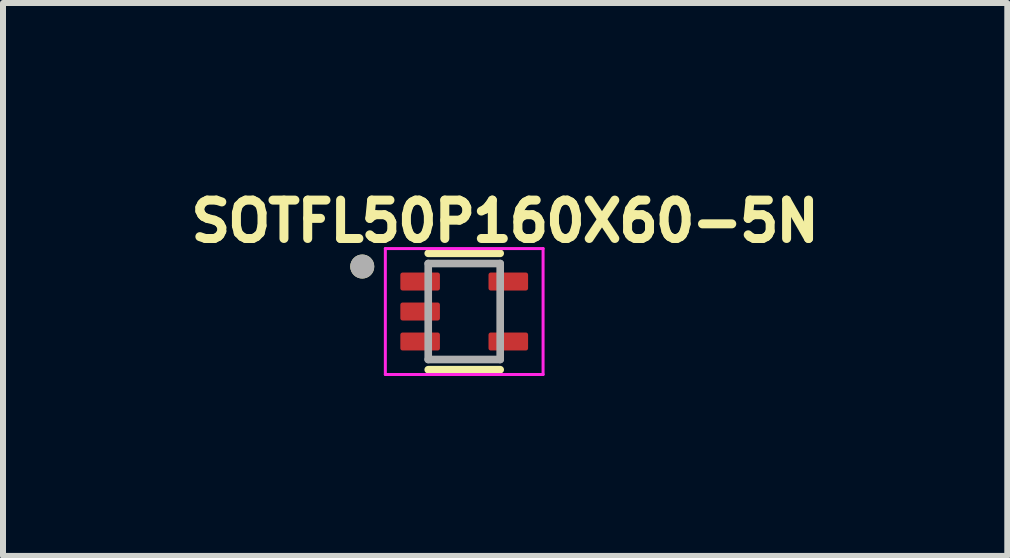
<source format=kicad_pcb>
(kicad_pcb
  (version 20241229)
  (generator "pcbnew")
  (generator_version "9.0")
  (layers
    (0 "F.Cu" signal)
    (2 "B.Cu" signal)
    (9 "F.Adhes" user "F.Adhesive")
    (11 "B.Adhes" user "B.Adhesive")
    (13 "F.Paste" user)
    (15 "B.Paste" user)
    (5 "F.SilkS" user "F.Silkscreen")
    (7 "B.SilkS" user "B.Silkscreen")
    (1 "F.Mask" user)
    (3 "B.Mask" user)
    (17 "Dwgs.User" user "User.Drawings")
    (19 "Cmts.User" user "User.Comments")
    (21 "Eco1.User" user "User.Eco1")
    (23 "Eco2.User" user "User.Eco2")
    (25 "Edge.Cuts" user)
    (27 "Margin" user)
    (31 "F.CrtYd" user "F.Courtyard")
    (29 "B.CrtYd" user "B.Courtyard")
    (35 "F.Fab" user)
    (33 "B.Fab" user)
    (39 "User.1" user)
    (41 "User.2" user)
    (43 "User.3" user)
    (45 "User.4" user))
  (footprint "SOTFL50P160X60-5N"
    (layer "F.Cu")
    (at 4.69 2.144)
    (property "Reference" "SOTFL50P160X60-5N" (at 0.682 -1.506 0) (layer "F.SilkS") (effects (font (size 0.64 0.64) (thickness 0.15))))
    (attr smd)
    (fp_line (start -0.6 -0.97) (end 0.6 -0.97) (stroke (width 0.127) (type solid)) (layer "F.SilkS"))
    (fp_line (start 0.6 0.97) (end -0.6 0.97) (stroke (width 0.127) (type solid)) (layer "F.SilkS"))
    (fp_circle (center -1.7 -0.75) (end -1.6 -0.75) (stroke (width 0.2) (type solid)) (fill no) (layer "F.SilkS"))
    (fp_line (start -1.315 -1.05) (end 1.315 -1.05) (stroke (width 0.05) (type solid)) (layer "F.CrtYd"))
    (fp_line (start -1.315 1.05) (end -1.315 -1.05) (stroke (width 0.05) (type solid)) (layer "F.CrtYd"))
    (fp_line (start 1.315 -1.05) (end 1.315 1.05) (stroke (width 0.05) (type solid)) (layer "F.CrtYd"))
    (fp_line (start 1.315 1.05) (end -1.315 1.05) (stroke (width 0.05) (type solid)) (layer "F.CrtYd"))
    (fp_line (start -0.6 -0.8) (end 0.6 -0.8) (stroke (width 0.127) (type solid)) (layer "F.Fab"))
    (fp_line (start -0.6 0.8) (end -0.6 -0.8) (stroke (width 0.127) (type solid)) (layer "F.Fab"))
    (fp_line (start 0.6 -0.8) (end 0.6 0.8) (stroke (width 0.127) (type solid)) (layer "F.Fab"))
    (fp_line (start 0.6 0.8) (end -0.6 0.8) (stroke (width 0.127) (type solid)) (layer "F.Fab"))
    (fp_circle (center -1.7 -0.75) (end -1.6 -0.75) (stroke (width 0.2) (type solid)) (fill no) (layer "F.Fab"))
    (pad "1" smd roundrect (at -0.735 -0.5) (size 0.66 0.3) (layers "F.Cu" "F.Mask" "F.Paste") (roundrect_rratio 0.125))
    (pad "2" smd roundrect (at -0.735 0) (size 0.66 0.3) (layers "F.Cu" "F.Mask" "F.Paste") (roundrect_rratio 0.125))
    (pad "3" smd roundrect (at -0.735 0.5) (size 0.66 0.3) (layers "F.Cu" "F.Mask" "F.Paste") (roundrect_rratio 0.125))
    (pad "4" smd roundrect (at 0.735 0.5) (size 0.66 0.3) (layers "F.Cu" "F.Mask" "F.Paste") (roundrect_rratio 0.125))
    (pad "5" smd roundrect (at 0.735 -0.5) (size 0.66 0.3) (layers "F.Cu" "F.Mask" "F.Paste") (roundrect_rratio 0.125)))
  (gr_rect
    (start -3 -3)
    (end 13.745 6.219)
    (stroke (width 0.1) (type default))
    (fill no)
    (layer "Edge.Cuts")))
</source>
